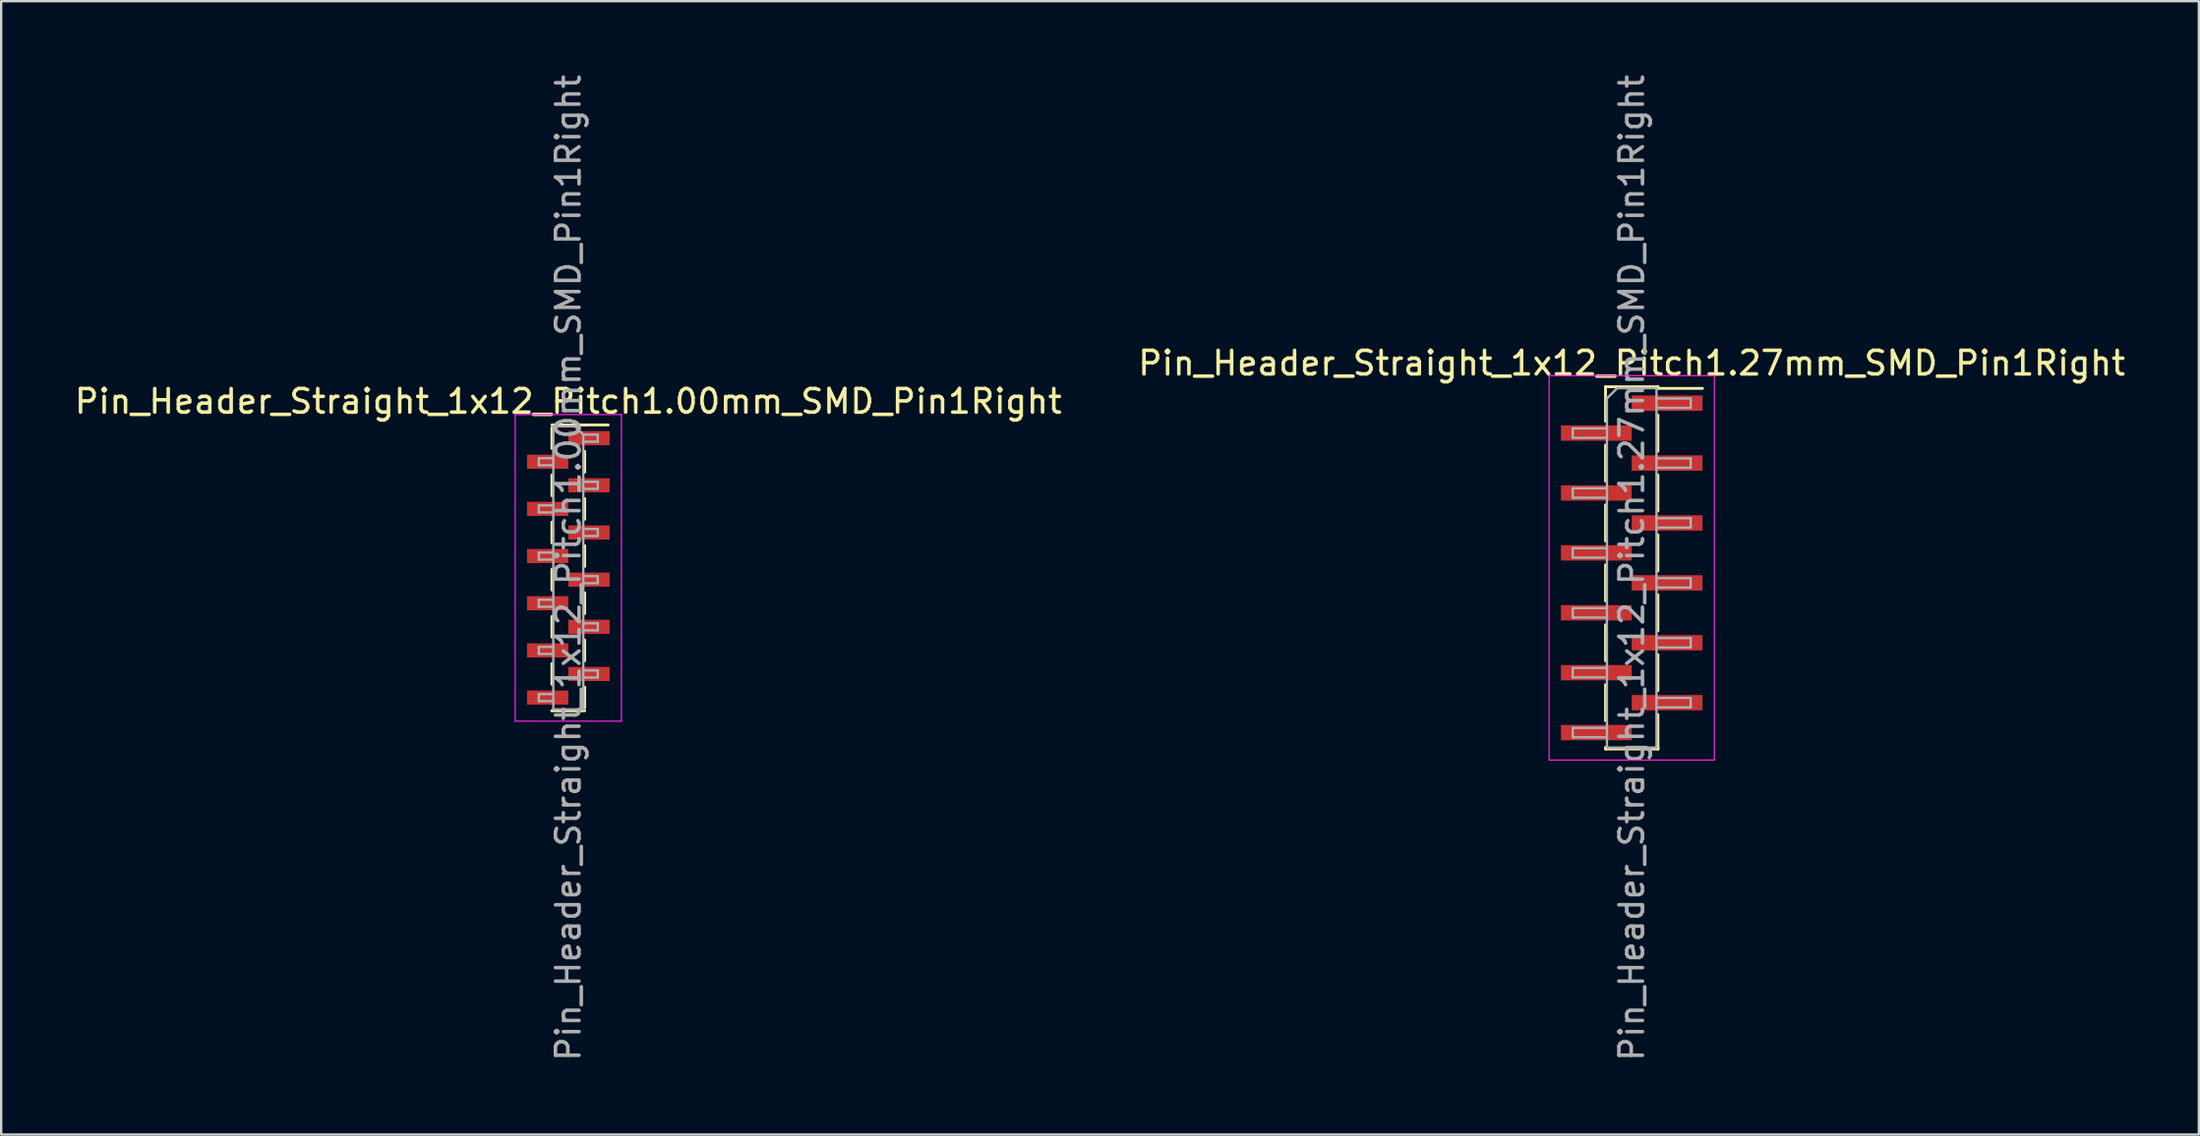
<source format=kicad_pcb>
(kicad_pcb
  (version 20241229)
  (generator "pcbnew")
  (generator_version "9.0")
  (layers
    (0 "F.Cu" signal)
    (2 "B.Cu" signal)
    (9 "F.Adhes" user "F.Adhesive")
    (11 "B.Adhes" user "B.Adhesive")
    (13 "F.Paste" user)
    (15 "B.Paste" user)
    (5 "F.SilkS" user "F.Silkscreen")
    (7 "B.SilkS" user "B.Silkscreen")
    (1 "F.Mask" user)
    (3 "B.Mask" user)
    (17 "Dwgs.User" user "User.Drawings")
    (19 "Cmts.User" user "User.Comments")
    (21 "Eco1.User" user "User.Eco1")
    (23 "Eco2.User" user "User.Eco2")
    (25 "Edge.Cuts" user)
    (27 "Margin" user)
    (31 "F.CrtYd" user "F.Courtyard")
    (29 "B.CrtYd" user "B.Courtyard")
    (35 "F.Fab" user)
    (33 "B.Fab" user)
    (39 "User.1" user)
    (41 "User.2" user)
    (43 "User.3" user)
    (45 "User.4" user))
  (footprint "Pin_Header_Straight_1x12_Pitch1.00mm_SMD_Pin1Right"
    (layer "F.Cu")
    (at 21.03 21.03)
    (property "Reference" "Pin_Header_Straight_1x12_Pitch1.00mm_SMD_Pin1Right" (at 0 -7.06 0) (layer "F.SilkS") (effects (font (size 1 1) (thickness 0.15))))
    (attr smd)
    (fp_line (start -0.695 -6.06) (end 0.695 -6.06) (stroke (width 0.12) (type solid)) (layer "F.SilkS"))
    (fp_line (start -0.695 -5.94) (end -0.695 -5.06) (stroke (width 0.12) (type solid)) (layer "F.SilkS"))
    (fp_line (start -0.695 -3.94) (end -0.695 -3.06) (stroke (width 0.12) (type solid)) (layer "F.SilkS"))
    (fp_line (start -0.695 -1.94) (end -0.695 -1.06) (stroke (width 0.12) (type solid)) (layer "F.SilkS"))
    (fp_line (start -0.695 0.06) (end -0.695 0.94) (stroke (width 0.12) (type solid)) (layer "F.SilkS"))
    (fp_line (start -0.695 2.06) (end -0.695 2.94) (stroke (width 0.12) (type solid)) (layer "F.SilkS"))
    (fp_line (start -0.695 4.06) (end -0.695 4.94) (stroke (width 0.12) (type solid)) (layer "F.SilkS"))
    (fp_line (start -0.695 6.06) (end -0.695 6.06) (stroke (width 0.12) (type solid)) (layer "F.SilkS"))
    (fp_line (start -0.695 6.06) (end 0.695 6.06) (stroke (width 0.12) (type solid)) (layer "F.SilkS"))
    (fp_line (start 0.695 -6.06) (end 0.695 -6.06) (stroke (width 0.12) (type solid)) (layer "F.SilkS"))
    (fp_line (start 0.695 -6.06) (end 1.69 -6.06) (stroke (width 0.12) (type solid)) (layer "F.SilkS"))
    (fp_line (start 0.695 -4.94) (end 0.695 -4.06) (stroke (width 0.12) (type solid)) (layer "F.SilkS"))
    (fp_line (start 0.695 -2.94) (end 0.695 -2.06) (stroke (width 0.12) (type solid)) (layer "F.SilkS"))
    (fp_line (start 0.695 -0.94) (end 0.695 -0.06) (stroke (width 0.12) (type solid)) (layer "F.SilkS"))
    (fp_line (start 0.695 1.06) (end 0.695 1.94) (stroke (width 0.12) (type solid)) (layer "F.SilkS"))
    (fp_line (start 0.695 3.06) (end 0.695 3.94) (stroke (width 0.12) (type solid)) (layer "F.SilkS"))
    (fp_line (start 0.695 5.06) (end 0.695 5.94) (stroke (width 0.12) (type solid)) (layer "F.SilkS"))
    (fp_line (start -2.25 -6.5) (end -2.25 6.5) (stroke (width 0.05) (type solid)) (layer "F.CrtYd"))
    (fp_line (start -2.25 6.5) (end 2.25 6.5) (stroke (width 0.05) (type solid)) (layer "F.CrtYd"))
    (fp_line (start 2.25 -6.5) (end -2.25 -6.5) (stroke (width 0.05) (type solid)) (layer "F.CrtYd"))
    (fp_line (start 2.25 6.5) (end 2.25 -6.5) (stroke (width 0.05) (type solid)) (layer "F.CrtYd"))
    (fp_line (start -1.25 -4.65) (end -1.25 -4.35) (stroke (width 0.1) (type solid)) (layer "F.Fab"))
    (fp_line (start -1.25 -4.35) (end -0.635 -4.35) (stroke (width 0.1) (type solid)) (layer "F.Fab"))
    (fp_line (start -1.25 -2.65) (end -1.25 -2.35) (stroke (width 0.1) (type solid)) (layer "F.Fab"))
    (fp_line (start -1.25 -2.35) (end -0.635 -2.35) (stroke (width 0.1) (type solid)) (layer "F.Fab"))
    (fp_line (start -1.25 -0.65) (end -1.25 -0.35) (stroke (width 0.1) (type solid)) (layer "F.Fab"))
    (fp_line (start -1.25 -0.35) (end -0.635 -0.35) (stroke (width 0.1) (type solid)) (layer "F.Fab"))
    (fp_line (start -1.25 1.35) (end -1.25 1.65) (stroke (width 0.1) (type solid)) (layer "F.Fab"))
    (fp_line (start -1.25 1.65) (end -0.635 1.65) (stroke (width 0.1) (type solid)) (layer "F.Fab"))
    (fp_line (start -1.25 3.35) (end -1.25 3.65) (stroke (width 0.1) (type solid)) (layer "F.Fab"))
    (fp_line (start -1.25 3.65) (end -0.635 3.65) (stroke (width 0.1) (type solid)) (layer "F.Fab"))
    (fp_line (start -1.25 5.35) (end -1.25 5.65) (stroke (width 0.1) (type solid)) (layer "F.Fab"))
    (fp_line (start -1.25 5.65) (end -0.635 5.65) (stroke (width 0.1) (type solid)) (layer "F.Fab"))
    (fp_line (start -0.635 -6) (end -0.635 6) (stroke (width 0.1) (type solid)) (layer "F.Fab"))
    (fp_line (start -0.635 -6) (end 0.285 -6) (stroke (width 0.1) (type solid)) (layer "F.Fab"))
    (fp_line (start -0.635 -4.65) (end -1.25 -4.65) (stroke (width 0.1) (type solid)) (layer "F.Fab"))
    (fp_line (start -0.635 -2.65) (end -1.25 -2.65) (stroke (width 0.1) (type solid)) (layer "F.Fab"))
    (fp_line (start -0.635 -0.65) (end -1.25 -0.65) (stroke (width 0.1) (type solid)) (layer "F.Fab"))
    (fp_line (start -0.635 1.35) (end -1.25 1.35) (stroke (width 0.1) (type solid)) (layer "F.Fab"))
    (fp_line (start -0.635 3.35) (end -1.25 3.35) (stroke (width 0.1) (type solid)) (layer "F.Fab"))
    (fp_line (start -0.635 5.35) (end -1.25 5.35) (stroke (width 0.1) (type solid)) (layer "F.Fab"))
    (fp_line (start 0.635 -5.65) (end 0.285 -6) (stroke (width 0.1) (type solid)) (layer "F.Fab"))
    (fp_line (start 0.635 -5.65) (end 1.25 -5.65) (stroke (width 0.1) (type solid)) (layer "F.Fab"))
    (fp_line (start 0.635 -3.65) (end 1.25 -3.65) (stroke (width 0.1) (type solid)) (layer "F.Fab"))
    (fp_line (start 0.635 -1.65) (end 1.25 -1.65) (stroke (width 0.1) (type solid)) (layer "F.Fab"))
    (fp_line (start 0.635 0.35) (end 1.25 0.35) (stroke (width 0.1) (type solid)) (layer "F.Fab"))
    (fp_line (start 0.635 2.35) (end 1.25 2.35) (stroke (width 0.1) (type solid)) (layer "F.Fab"))
    (fp_line (start 0.635 4.35) (end 1.25 4.35) (stroke (width 0.1) (type solid)) (layer "F.Fab"))
    (fp_line (start 0.635 6) (end -0.635 6) (stroke (width 0.1) (type solid)) (layer "F.Fab"))
    (fp_line (start 0.635 6) (end 0.635 -5.65) (stroke (width 0.1) (type solid)) (layer "F.Fab"))
    (fp_line (start 1.25 -5.65) (end 1.25 -5.35) (stroke (width 0.1) (type solid)) (layer "F.Fab"))
    (fp_line (start 1.25 -5.35) (end 0.635 -5.35) (stroke (width 0.1) (type solid)) (layer "F.Fab"))
    (fp_line (start 1.25 -3.65) (end 1.25 -3.35) (stroke (width 0.1) (type solid)) (layer "F.Fab"))
    (fp_line (start 1.25 -3.35) (end 0.635 -3.35) (stroke (width 0.1) (type solid)) (layer "F.Fab"))
    (fp_line (start 1.25 -1.65) (end 1.25 -1.35) (stroke (width 0.1) (type solid)) (layer "F.Fab"))
    (fp_line (start 1.25 -1.35) (end 0.635 -1.35) (stroke (width 0.1) (type solid)) (layer "F.Fab"))
    (fp_line (start 1.25 0.35) (end 1.25 0.65) (stroke (width 0.1) (type solid)) (layer "F.Fab"))
    (fp_line (start 1.25 0.65) (end 0.635 0.65) (stroke (width 0.1) (type solid)) (layer "F.Fab"))
    (fp_line (start 1.25 2.35) (end 1.25 2.65) (stroke (width 0.1) (type solid)) (layer "F.Fab"))
    (fp_line (start 1.25 2.65) (end 0.635 2.65) (stroke (width 0.1) (type solid)) (layer "F.Fab"))
    (fp_line (start 1.25 4.35) (end 1.25 4.65) (stroke (width 0.1) (type solid)) (layer "F.Fab"))
    (fp_line (start 1.25 4.65) (end 0.635 4.65) (stroke (width 0.1) (type solid)) (layer "F.Fab"))
    (fp_text user "${REFERENCE}" (at 0 0 90) (layer "F.Fab") (effects (font (size 1 1) (thickness 0.15))))
    (pad "1" smd rect (at 0.875 -5.5) (size 1.75 0.6) (layers "F.Cu" "F.Mask" "F.Paste"))
    (pad "2" smd rect (at -0.875 -4.5) (size 1.75 0.6) (layers "F.Cu" "F.Mask" "F.Paste"))
    (pad "3" smd rect (at 0.875 -3.5) (size 1.75 0.6) (layers "F.Cu" "F.Mask" "F.Paste"))
    (pad "4" smd rect (at -0.875 -2.5) (size 1.75 0.6) (layers "F.Cu" "F.Mask" "F.Paste"))
    (pad "5" smd rect (at 0.875 -1.5) (size 1.75 0.6) (layers "F.Cu" "F.Mask" "F.Paste"))
    (pad "6" smd rect (at -0.875 -0.5) (size 1.75 0.6) (layers "F.Cu" "F.Mask" "F.Paste"))
    (pad "7" smd rect (at 0.875 0.5) (size 1.75 0.6) (layers "F.Cu" "F.Mask" "F.Paste"))
    (pad "8" smd rect (at -0.875 1.5) (size 1.75 0.6) (layers "F.Cu" "F.Mask" "F.Paste"))
    (pad "9" smd rect (at 0.875 2.5) (size 1.75 0.6) (layers "F.Cu" "F.Mask" "F.Paste"))
    (pad "10" smd rect (at -0.875 3.5) (size 1.75 0.6) (layers "F.Cu" "F.Mask" "F.Paste"))
    (pad "11" smd rect (at 0.875 4.5) (size 1.75 0.6) (layers "F.Cu" "F.Mask" "F.Paste"))
    (pad "12" smd rect (at -0.875 5.5) (size 1.75 0.6) (layers "F.Cu" "F.Mask" "F.Paste")))
  (footprint "Pin_Header_Straight_1x12_Pitch1.27mm_SMD_Pin1Right"
    (layer "F.Cu")
    (at 66.089 21.03)
    (property "Reference" "Pin_Header_Straight_1x12_Pitch1.27mm_SMD_Pin1Right" (at 0 -8.68 0) (layer "F.SilkS") (effects (font (size 1 1) (thickness 0.15))))
    (attr smd)
    (fp_line (start -1.11 -7.68) (end -1.11 -6.22) (stroke (width 0.12) (type solid)) (layer "F.SilkS"))
    (fp_line (start -1.11 -7.68) (end 1.11 -7.68) (stroke (width 0.12) (type solid)) (layer "F.SilkS"))
    (fp_line (start -1.11 -7.61) (end -1.11 -7.68) (stroke (width 0.12) (type solid)) (layer "F.SilkS"))
    (fp_line (start -1.11 -5.21) (end -1.11 -3.68) (stroke (width 0.12) (type solid)) (layer "F.SilkS"))
    (fp_line (start -1.11 -2.67) (end -1.11 -1.14) (stroke (width 0.12) (type solid)) (layer "F.SilkS"))
    (fp_line (start -1.11 -0.13) (end -1.11 1.4) (stroke (width 0.12) (type solid)) (layer "F.SilkS"))
    (fp_line (start -1.11 2.41) (end -1.11 3.94) (stroke (width 0.12) (type solid)) (layer "F.SilkS"))
    (fp_line (start -1.11 4.95) (end -1.11 6.48) (stroke (width 0.12) (type solid)) (layer "F.SilkS"))
    (fp_line (start -1.11 7.61) (end -1.11 7.68) (stroke (width 0.12) (type solid)) (layer "F.SilkS"))
    (fp_line (start -1.11 7.68) (end 1.11 7.68) (stroke (width 0.12) (type solid)) (layer "F.SilkS"))
    (fp_line (start 1.11 -7.68) (end 1.11 -7.61) (stroke (width 0.12) (type solid)) (layer "F.SilkS"))
    (fp_line (start 1.11 -7.61) (end 3 -7.61) (stroke (width 0.12) (type solid)) (layer "F.SilkS"))
    (fp_line (start 1.11 -6.48) (end 1.11 -4.95) (stroke (width 0.12) (type solid)) (layer "F.SilkS"))
    (fp_line (start 1.11 -3.94) (end 1.11 -2.41) (stroke (width 0.12) (type solid)) (layer "F.SilkS"))
    (fp_line (start 1.11 -1.4) (end 1.11 0.13) (stroke (width 0.12) (type solid)) (layer "F.SilkS"))
    (fp_line (start 1.11 1.14) (end 1.11 2.67) (stroke (width 0.12) (type solid)) (layer "F.SilkS"))
    (fp_line (start 1.11 3.68) (end 1.11 5.21) (stroke (width 0.12) (type solid)) (layer "F.SilkS"))
    (fp_line (start 1.11 6.22) (end 1.11 7.68) (stroke (width 0.12) (type solid)) (layer "F.SilkS"))
    (fp_line (start 1.11 7.68) (end 1.11 7.61) (stroke (width 0.12) (type solid)) (layer "F.SilkS"))
    (fp_line (start -3.5 -8.15) (end -3.5 8.15) (stroke (width 0.05) (type solid)) (layer "F.CrtYd"))
    (fp_line (start -3.5 8.15) (end 3.5 8.15) (stroke (width 0.05) (type solid)) (layer "F.CrtYd"))
    (fp_line (start 3.5 -8.15) (end -3.5 -8.15) (stroke (width 0.05) (type solid)) (layer "F.CrtYd"))
    (fp_line (start 3.5 8.15) (end 3.5 -8.15) (stroke (width 0.05) (type solid)) (layer "F.CrtYd"))
    (fp_line (start -2.5 -5.915) (end -2.5 -5.515) (stroke (width 0.1) (type solid)) (layer "F.Fab"))
    (fp_line (start -2.5 -5.515) (end -1.05 -5.515) (stroke (width 0.1) (type solid)) (layer "F.Fab"))
    (fp_line (start -2.5 -3.375) (end -2.5 -2.975) (stroke (width 0.1) (type solid)) (layer "F.Fab"))
    (fp_line (start -2.5 -2.975) (end -1.05 -2.975) (stroke (width 0.1) (type solid)) (layer "F.Fab"))
    (fp_line (start -2.5 -0.835) (end -2.5 -0.435) (stroke (width 0.1) (type solid)) (layer "F.Fab"))
    (fp_line (start -2.5 -0.435) (end -1.05 -0.435) (stroke (width 0.1) (type solid)) (layer "F.Fab"))
    (fp_line (start -2.5 1.705) (end -2.5 2.105) (stroke (width 0.1) (type solid)) (layer "F.Fab"))
    (fp_line (start -2.5 2.105) (end -1.05 2.105) (stroke (width 0.1) (type solid)) (layer "F.Fab"))
    (fp_line (start -2.5 4.245) (end -2.5 4.645) (stroke (width 0.1) (type solid)) (layer "F.Fab"))
    (fp_line (start -2.5 4.645) (end -1.05 4.645) (stroke (width 0.1) (type solid)) (layer "F.Fab"))
    (fp_line (start -2.5 6.785) (end -2.5 7.185) (stroke (width 0.1) (type solid)) (layer "F.Fab"))
    (fp_line (start -2.5 7.185) (end -1.05 7.185) (stroke (width 0.1) (type solid)) (layer "F.Fab"))
    (fp_line (start -1.05 -7.185) (end -0.615 -7.62) (stroke (width 0.1) (type solid)) (layer "F.Fab"))
    (fp_line (start -1.05 -5.915) (end -2.5 -5.915) (stroke (width 0.1) (type solid)) (layer "F.Fab"))
    (fp_line (start -1.05 -3.375) (end -2.5 -3.375) (stroke (width 0.1) (type solid)) (layer "F.Fab"))
    (fp_line (start -1.05 -0.835) (end -2.5 -0.835) (stroke (width 0.1) (type solid)) (layer "F.Fab"))
    (fp_line (start -1.05 1.705) (end -2.5 1.705) (stroke (width 0.1) (type solid)) (layer "F.Fab"))
    (fp_line (start -1.05 4.245) (end -2.5 4.245) (stroke (width 0.1) (type solid)) (layer "F.Fab"))
    (fp_line (start -1.05 6.785) (end -2.5 6.785) (stroke (width 0.1) (type solid)) (layer "F.Fab"))
    (fp_line (start -1.05 7.62) (end -1.05 -7.185) (stroke (width 0.1) (type solid)) (layer "F.Fab"))
    (fp_line (start -0.615 -7.62) (end 1.05 -7.62) (stroke (width 0.1) (type solid)) (layer "F.Fab"))
    (fp_line (start 1.05 -7.62) (end 1.05 7.62) (stroke (width 0.1) (type solid)) (layer "F.Fab"))
    (fp_line (start 1.05 -7.185) (end 2.5 -7.185) (stroke (width 0.1) (type solid)) (layer "F.Fab"))
    (fp_line (start 1.05 -4.645) (end 2.5 -4.645) (stroke (width 0.1) (type solid)) (layer "F.Fab"))
    (fp_line (start 1.05 -2.105) (end 2.5 -2.105) (stroke (width 0.1) (type solid)) (layer "F.Fab"))
    (fp_line (start 1.05 0.435) (end 2.5 0.435) (stroke (width 0.1) (type solid)) (layer "F.Fab"))
    (fp_line (start 1.05 2.975) (end 2.5 2.975) (stroke (width 0.1) (type solid)) (layer "F.Fab"))
    (fp_line (start 1.05 5.515) (end 2.5 5.515) (stroke (width 0.1) (type solid)) (layer "F.Fab"))
    (fp_line (start 1.05 7.62) (end -1.05 7.62) (stroke (width 0.1) (type solid)) (layer "F.Fab"))
    (fp_line (start 2.5 -7.185) (end 2.5 -6.785) (stroke (width 0.1) (type solid)) (layer "F.Fab"))
    (fp_line (start 2.5 -6.785) (end 1.05 -6.785) (stroke (width 0.1) (type solid)) (layer "F.Fab"))
    (fp_line (start 2.5 -4.645) (end 2.5 -4.245) (stroke (width 0.1) (type solid)) (layer "F.Fab"))
    (fp_line (start 2.5 -4.245) (end 1.05 -4.245) (stroke (width 0.1) (type solid)) (layer "F.Fab"))
    (fp_line (start 2.5 -2.105) (end 2.5 -1.705) (stroke (width 0.1) (type solid)) (layer "F.Fab"))
    (fp_line (start 2.5 -1.705) (end 1.05 -1.705) (stroke (width 0.1) (type solid)) (layer "F.Fab"))
    (fp_line (start 2.5 0.435) (end 2.5 0.835) (stroke (width 0.1) (type solid)) (layer "F.Fab"))
    (fp_line (start 2.5 0.835) (end 1.05 0.835) (stroke (width 0.1) (type solid)) (layer "F.Fab"))
    (fp_line (start 2.5 2.975) (end 2.5 3.375) (stroke (width 0.1) (type solid)) (layer "F.Fab"))
    (fp_line (start 2.5 3.375) (end 1.05 3.375) (stroke (width 0.1) (type solid)) (layer "F.Fab"))
    (fp_line (start 2.5 5.515) (end 2.5 5.915) (stroke (width 0.1) (type solid)) (layer "F.Fab"))
    (fp_line (start 2.5 5.915) (end 1.05 5.915) (stroke (width 0.1) (type solid)) (layer "F.Fab"))
    (fp_text user "${REFERENCE}" (at 0 0 90) (layer "F.Fab") (effects (font (size 1 1) (thickness 0.15))))
    (pad "1" smd rect (at 1.5 -6.985) (size 3 0.65) (layers "F.Cu" "F.Mask" "F.Paste"))
    (pad "2" smd rect (at -1.5 -5.715) (size 3 0.65) (layers "F.Cu" "F.Mask" "F.Paste"))
    (pad "3" smd rect (at 1.5 -4.445) (size 3 0.65) (layers "F.Cu" "F.Mask" "F.Paste"))
    (pad "4" smd rect (at -1.5 -3.175) (size 3 0.65) (layers "F.Cu" "F.Mask" "F.Paste"))
    (pad "5" smd rect (at 1.5 -1.905) (size 3 0.65) (layers "F.Cu" "F.Mask" "F.Paste"))
    (pad "6" smd rect (at -1.5 -0.635) (size 3 0.65) (layers "F.Cu" "F.Mask" "F.Paste"))
    (pad "7" smd rect (at 1.5 0.635) (size 3 0.65) (layers "F.Cu" "F.Mask" "F.Paste"))
    (pad "8" smd rect (at -1.5 1.905) (size 3 0.65) (layers "F.Cu" "F.Mask" "F.Paste"))
    (pad "9" smd rect (at 1.5 3.175) (size 3 0.65) (layers "F.Cu" "F.Mask" "F.Paste"))
    (pad "10" smd rect (at -1.5 4.445) (size 3 0.65) (layers "F.Cu" "F.Mask" "F.Paste"))
    (pad "11" smd rect (at 1.5 5.715) (size 3 0.65) (layers "F.Cu" "F.Mask" "F.Paste"))
    (pad "12" smd rect (at -1.5 6.985) (size 3 0.65) (layers "F.Cu" "F.Mask" "F.Paste")))
  (gr_rect
    (start -3 -3)
    (end 90.119 45.06)
    (stroke (width 0.1) (type default))
    (fill no)
    (layer "Edge.Cuts")))
</source>
